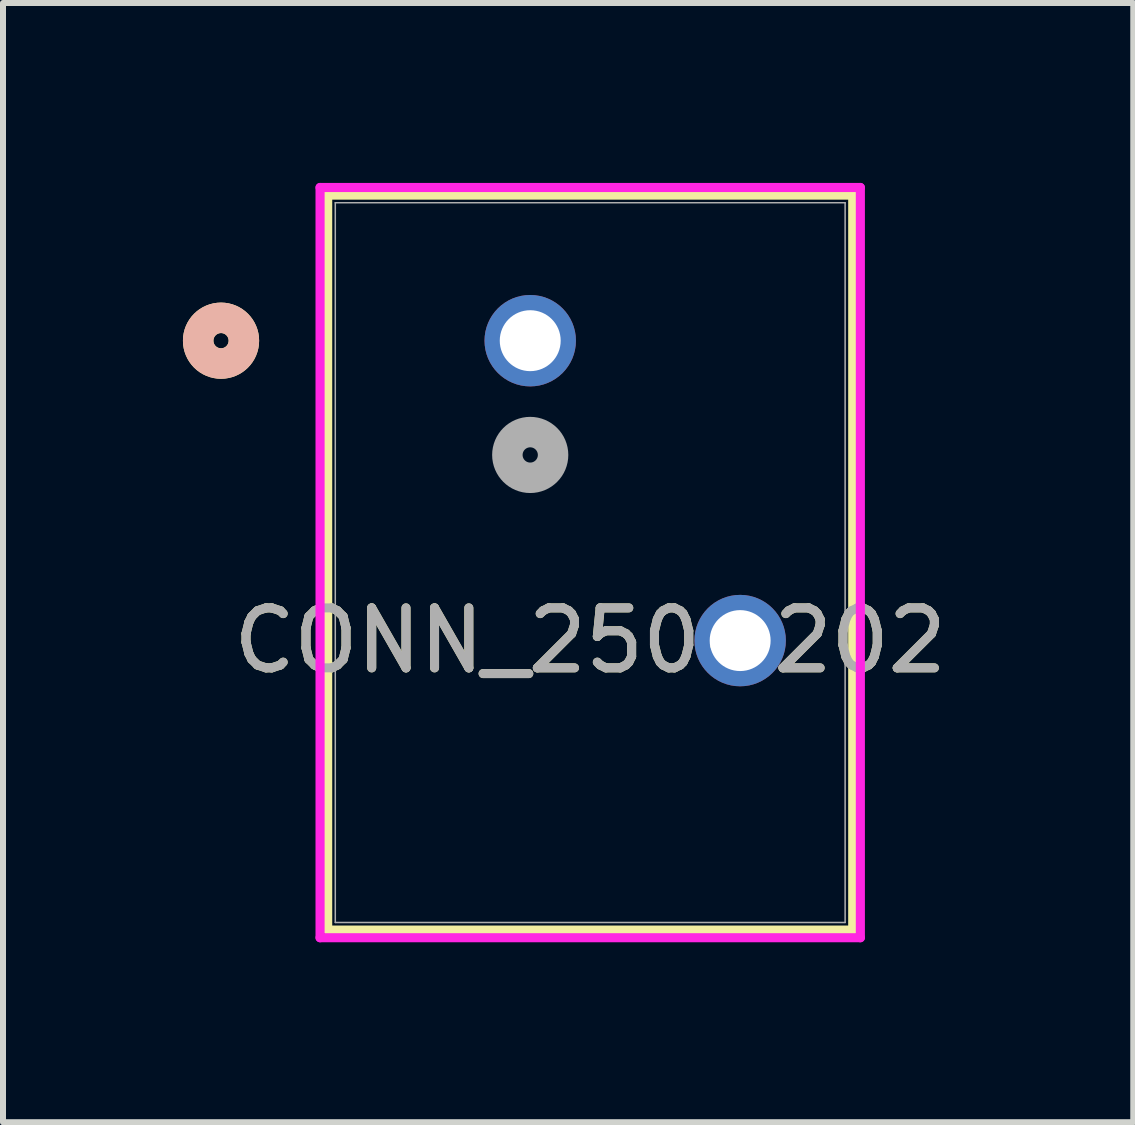
<source format=kicad_pcb>
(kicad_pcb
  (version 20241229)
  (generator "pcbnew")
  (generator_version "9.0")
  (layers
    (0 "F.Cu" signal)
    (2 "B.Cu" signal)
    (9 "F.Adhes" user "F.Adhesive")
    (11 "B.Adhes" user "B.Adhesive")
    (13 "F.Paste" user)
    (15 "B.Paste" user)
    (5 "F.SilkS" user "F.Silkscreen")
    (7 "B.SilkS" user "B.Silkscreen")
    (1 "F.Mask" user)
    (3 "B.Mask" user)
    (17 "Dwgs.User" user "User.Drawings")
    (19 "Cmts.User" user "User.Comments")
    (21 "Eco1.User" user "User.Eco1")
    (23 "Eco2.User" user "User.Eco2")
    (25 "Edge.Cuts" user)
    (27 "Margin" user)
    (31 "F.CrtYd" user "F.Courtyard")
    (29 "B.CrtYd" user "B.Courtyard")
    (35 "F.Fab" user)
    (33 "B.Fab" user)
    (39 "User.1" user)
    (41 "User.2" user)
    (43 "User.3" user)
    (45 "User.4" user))
  (footprint "CONN_250-202"
    (layer "F.Cu")
    (at 5.79 2.63)
    (property "Reference" "CONN_250-202" (at 1 5 0) (unlocked yes) (layer "F.SilkS") (effects (font (size 1 1) (thickness 0.15))))
    (attr through_hole)
    (fp_line (start -3.377 -2.427) (end -3.377 9.827) (stroke (width 0.152) (type solid)) (layer "F.SilkS"))
    (fp_line (start -3.377 9.827) (end 5.377 9.827) (stroke (width 0.152) (type solid)) (layer "F.SilkS"))
    (fp_line (start 5.377 -2.427) (end -3.377 -2.427) (stroke (width 0.152) (type solid)) (layer "F.SilkS"))
    (fp_line (start 5.377 9.827) (end 5.377 -2.427) (stroke (width 0.152) (type solid)) (layer "F.SilkS"))
    (fp_circle (center -5.155 0) (end -4.774 0) (stroke (width 0.508) (type solid)) (fill no) (layer "F.SilkS"))
    (fp_circle (center -5.155 0) (end -4.774 0) (stroke (width 0.508) (type solid)) (fill no) (layer "B.SilkS"))
    (fp_line (start -3.504 -2.554) (end -3.504 9.954) (stroke (width 0.152) (type solid)) (layer "F.CrtYd"))
    (fp_line (start -3.504 9.954) (end 5.504 9.954) (stroke (width 0.152) (type solid)) (layer "F.CrtYd"))
    (fp_line (start 5.504 -2.554) (end -3.504 -2.554) (stroke (width 0.152) (type solid)) (layer "F.CrtYd"))
    (fp_line (start 5.504 9.954) (end 5.504 -2.554) (stroke (width 0.152) (type solid)) (layer "F.CrtYd"))
    (fp_line (start -3.25 -2.3) (end -3.25 9.7) (stroke (width 0.025) (type solid)) (layer "F.Fab"))
    (fp_line (start -3.25 9.7) (end 5.25 9.7) (stroke (width 0.025) (type solid)) (layer "F.Fab"))
    (fp_line (start 5.25 -2.3) (end -3.25 -2.3) (stroke (width 0.025) (type solid)) (layer "F.Fab"))
    (fp_line (start 5.25 9.7) (end 5.25 -2.3) (stroke (width 0.025) (type solid)) (layer "F.Fab"))
    (fp_circle (center 0 1.905) (end 0.381 1.905) (stroke (width 0.508) (type solid)) (fill no) (layer "F.Fab"))
    (fp_text user "${REFERENCE}" (at 1 5 0) (unlocked yes) (layer "F.Fab") (effects (font (size 1 1) (thickness 0.15))))
    (pad "1" thru_hole circle (at -0.000001 0) (size 1.524 1.524) (drill 1.016) (layers "*.Cu" "*.Mask"))
    (pad "2" thru_hole circle (at 3.5 5) (size 1.524 1.524) (drill 1.016) (layers "*.Cu" "*.Mask")))
  (gr_rect
    (start -3 -3)
    (end 15.844 15.66)
    (stroke (width 0.1) (type default))
    (fill no)
    (layer "Edge.Cuts")))
</source>
